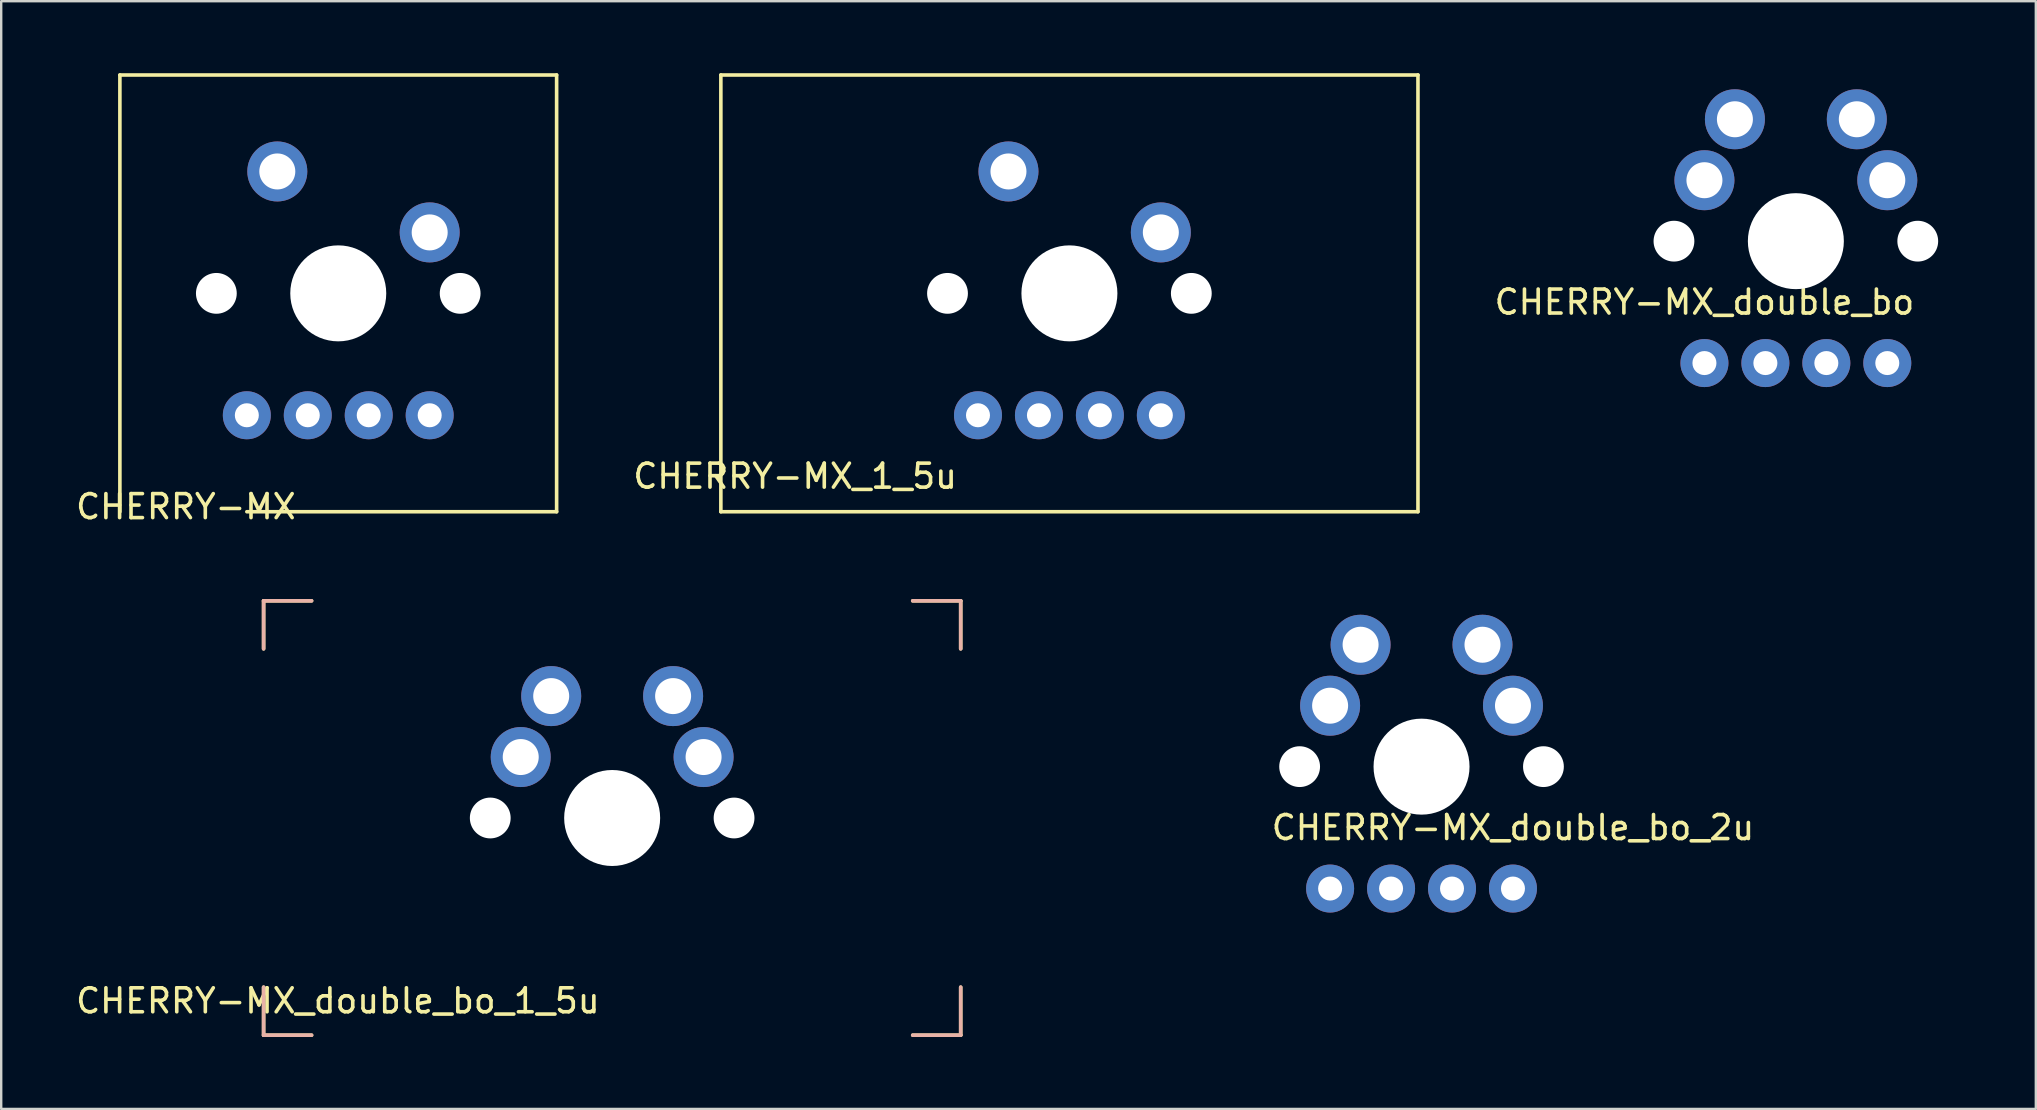
<source format=kicad_pcb>
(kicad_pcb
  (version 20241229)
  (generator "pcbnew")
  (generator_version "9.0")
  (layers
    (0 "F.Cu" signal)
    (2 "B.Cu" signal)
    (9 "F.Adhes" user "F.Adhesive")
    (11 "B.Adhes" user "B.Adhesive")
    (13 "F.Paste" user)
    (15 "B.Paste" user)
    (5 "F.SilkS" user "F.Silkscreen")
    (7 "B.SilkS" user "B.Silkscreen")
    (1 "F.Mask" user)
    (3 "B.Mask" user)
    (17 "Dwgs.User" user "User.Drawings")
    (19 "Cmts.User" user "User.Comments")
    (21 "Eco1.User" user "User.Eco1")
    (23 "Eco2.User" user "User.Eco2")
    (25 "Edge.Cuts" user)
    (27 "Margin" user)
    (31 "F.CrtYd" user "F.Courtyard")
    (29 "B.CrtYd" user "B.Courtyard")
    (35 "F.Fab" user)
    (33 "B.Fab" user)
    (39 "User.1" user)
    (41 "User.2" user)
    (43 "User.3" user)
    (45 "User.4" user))
  (footprint "CHERRY-MX_double_bo_2u"
    (layer "F.Cu")
    (at 56.189 28.898)
    (property "Reference" "CHERRY-MX_double_bo_2u" (at 3.81 2.54 0) (layer "F.SilkS") (effects (font (size 1 1) (thickness 0.15))))
    (attr through_hole)
    (fp_line (start -16.129 -2.286) (end -16.129 0.508) (stroke (width 0.0001) (type solid)) (layer "Edge.Cuts"))
    (fp_line (start -16.129 0.508) (end -15.265 0.508) (stroke (width 0.0001) (type solid)) (layer "Edge.Cuts"))
    (fp_line (start -15.265 -6.731) (end -15.265 -2.286) (stroke (width 0.0001) (type solid)) (layer "Edge.Cuts"))
    (fp_line (start -15.265 -2.286) (end -16.129 -2.286) (stroke (width 0.0001) (type solid)) (layer "Edge.Cuts"))
    (fp_line (start -15.265 0.508) (end -15.265 1.016) (stroke (width 0.0001) (type solid)) (layer "Edge.Cuts"))
    (fp_line (start -15.265 3.556) (end -15.265 6.604) (stroke (width 0.0001) (type solid)) (layer "Edge.Cuts"))
    (fp_line (start -15.265 6.604) (end -13.462 6.604) (stroke (width 0.0001) (type solid)) (layer "Edge.Cuts"))
    (fp_line (start -13.97 -5.08) (end -6.35 -5.08) (stroke (width 0.0001) (type solid)) (layer "Edge.Cuts"))
    (fp_line (start -13.97 1.016) (end -15.265 1.016) (stroke (width 0.0001) (type solid)) (layer "Edge.Cuts"))
    (fp_line (start -13.97 1.016) (end -13.97 -5.08) (stroke (width 0.0001) (type solid)) (layer "Edge.Cuts"))
    (fp_line (start -13.97 3.556) (end -15.265 3.556) (stroke (width 0.0001) (type solid)) (layer "Edge.Cuts"))
    (fp_line (start -13.97 5.08) (end -13.97 3.556) (stroke (width 0.0001) (type solid)) (layer "Edge.Cuts"))
    (fp_line (start -13.462 6.604) (end -13.462 7.772) (stroke (width 0.0001) (type solid)) (layer "Edge.Cuts"))
    (fp_line (start -13.462 7.772) (end -10.414 7.772) (stroke (width 0.0001) (type solid)) (layer "Edge.Cuts"))
    (fp_line (start -10.414 6.604) (end -8.611 6.604) (stroke (width 0.0001) (type solid)) (layer "Edge.Cuts"))
    (fp_line (start -10.414 7.772) (end -10.414 6.604) (stroke (width 0.0001) (type solid)) (layer "Edge.Cuts"))
    (fp_line (start -8.611 -6.731) (end -15.265 -6.731) (stroke (width 0.0001) (type solid)) (layer "Edge.Cuts"))
    (fp_line (start -8.611 -5.918) (end -8.611 -6.731) (stroke (width 0.0001) (type solid)) (layer "Edge.Cuts"))
    (fp_line (start -8.611 5.944) (end -6.985 5.944) (stroke (width 0.0001) (type solid)) (layer "Edge.Cuts"))
    (fp_line (start -8.611 6.604) (end -8.611 5.944) (stroke (width 0.0001) (type solid)) (layer "Edge.Cuts"))
    (fp_line (start -6.985 -6.985) (end -6.985 -5.918) (stroke (width 0.0001) (type solid)) (layer "Edge.Cuts"))
    (fp_line (start -6.985 -6.985) (end 6.985 -6.985) (stroke (width 0.0001) (type solid)) (layer "Edge.Cuts"))
    (fp_line (start -6.985 -5.918) (end -8.611 -5.918) (stroke (width 0.0001) (type solid)) (layer "Edge.Cuts"))
    (fp_line (start -6.985 5.944) (end -6.985 6.985) (stroke (width 0.0001) (type solid)) (layer "Edge.Cuts"))
    (fp_line (start -6.985 6.985) (end 6.985 6.985) (stroke (width 0.0001) (type solid)) (layer "Edge.Cuts"))
    (fp_line (start -6.35 -6.35) (end 6.35 -6.35) (stroke (width 0.0001) (type solid)) (layer "Edge.Cuts"))
    (fp_line (start -6.35 -5.08) (end -6.35 -6.35) (stroke (width 0.0001) (type solid)) (layer "Edge.Cuts"))
    (fp_line (start -6.35 5.08) (end -13.97 5.08) (stroke (width 0.0001) (type solid)) (layer "Edge.Cuts"))
    (fp_line (start -6.35 6.35) (end -6.35 5.08) (stroke (width 0.0001) (type solid)) (layer "Edge.Cuts"))
    (fp_line (start -6.35 6.35) (end 6.35 6.35) (stroke (width 0.0001) (type solid)) (layer "Edge.Cuts"))
    (fp_line (start 6.35 -5.08) (end 6.35 -6.35) (stroke (width 0.0001) (type solid)) (layer "Edge.Cuts"))
    (fp_line (start 6.35 5.08) (end 13.97 5.08) (stroke (width 0.0001) (type solid)) (layer "Edge.Cuts"))
    (fp_line (start 6.35 6.35) (end 6.35 5.08) (stroke (width 0.0001) (type solid)) (layer "Edge.Cuts"))
    (fp_line (start 6.985 -6.985) (end 6.985 -5.918) (stroke (width 0.0001) (type solid)) (layer "Edge.Cuts"))
    (fp_line (start 6.985 -5.918) (end 8.611 -5.918) (stroke (width 0.0001) (type solid)) (layer "Edge.Cuts"))
    (fp_line (start 6.985 5.944) (end 6.985 6.985) (stroke (width 0.0001) (type solid)) (layer "Edge.Cuts"))
    (fp_line (start 8.611 -6.731) (end 15.265 -6.731) (stroke (width 0.0001) (type solid)) (layer "Edge.Cuts"))
    (fp_line (start 8.611 -5.918) (end 8.611 -6.731) (stroke (width 0.0001) (type solid)) (layer "Edge.Cuts"))
    (fp_line (start 8.611 5.944) (end 6.985 5.944) (stroke (width 0.0001) (type solid)) (layer "Edge.Cuts"))
    (fp_line (start 8.611 6.604) (end 8.611 5.944) (stroke (width 0.0001) (type solid)) (layer "Edge.Cuts"))
    (fp_line (start 10.414 6.604) (end 8.611 6.604) (stroke (width 0.0001) (type solid)) (layer "Edge.Cuts"))
    (fp_line (start 10.414 7.772) (end 10.414 6.604) (stroke (width 0.0001) (type solid)) (layer "Edge.Cuts"))
    (fp_line (start 13.462 6.604) (end 13.462 7.772) (stroke (width 0.0001) (type solid)) (layer "Edge.Cuts"))
    (fp_line (start 13.462 7.772) (end 10.414 7.772) (stroke (width 0.0001) (type solid)) (layer "Edge.Cuts"))
    (fp_line (start 13.97 -5.08) (end 6.35 -5.08) (stroke (width 0.0001) (type solid)) (layer "Edge.Cuts"))
    (fp_line (start 13.97 1.016) (end 13.97 -5.08) (stroke (width 0.0001) (type solid)) (layer "Edge.Cuts"))
    (fp_line (start 13.97 1.016) (end 15.265 1.016) (stroke (width 0.0001) (type solid)) (layer "Edge.Cuts"))
    (fp_line (start 13.97 3.556) (end 15.265 3.556) (stroke (width 0.0001) (type solid)) (layer "Edge.Cuts"))
    (fp_line (start 13.97 5.08) (end 13.97 3.556) (stroke (width 0.0001) (type solid)) (layer "Edge.Cuts"))
    (fp_line (start 15.265 -6.731) (end 15.265 -2.286) (stroke (width 0.0001) (type solid)) (layer "Edge.Cuts"))
    (fp_line (start 15.265 -2.286) (end 16.129 -2.286) (stroke (width 0.0001) (type solid)) (layer "Edge.Cuts"))
    (fp_line (start 15.265 0.508) (end 15.265 1.016) (stroke (width 0.0001) (type solid)) (layer "Edge.Cuts"))
    (fp_line (start 15.265 3.556) (end 15.265 6.604) (stroke (width 0.0001) (type solid)) (layer "Edge.Cuts"))
    (fp_line (start 15.265 6.604) (end 13.462 6.604) (stroke (width 0.0001) (type solid)) (layer "Edge.Cuts"))
    (fp_line (start 16.129 -2.286) (end 16.129 0.508) (stroke (width 0.0001) (type solid)) (layer "Edge.Cuts"))
    (fp_line (start 16.129 0.508) (end 15.265 0.508) (stroke (width 0.0001) (type solid)) (layer "Edge.Cuts"))
    (pad "" np_thru_hole circle (at -5.08 0) (size 1.7 1.7) (drill 1.7) (layers "*.Cu" "*.Mask"))
    (pad "" np_thru_hole circle (at 0 0) (size 4 4) (drill 4) (layers "*.Cu" "*.Mask"))
    (pad "" np_thru_hole circle (at 5.08 0) (size 1.7 1.7) (drill 1.7) (layers "*.Cu" "*.Mask"))
    (pad "1" thru_hole circle (at -3.81 -2.54) (size 2.5 2.5) (drill 1.5) (layers "*.Cu" "*.Mask"))
    (pad "1" thru_hole circle (at -2.54 -5.08) (size 2.5 2.5) (drill 1.5) (layers "*.Cu" "*.Mask"))
    (pad "2" thru_hole circle (at 2.54 -5.08) (size 2.5 2.5) (drill 1.5) (layers "*.Cu" "*.Mask"))
    (pad "2" thru_hole circle (at 3.81 -2.54) (size 2.5 2.5) (drill 1.5) (layers "*.Cu" "*.Mask"))
    (pad "3" thru_hole circle (at -3.81 5.08) (size 2 2) (drill 1) (layers "*.Cu" "*.Mask"))
    (pad "4" thru_hole circle (at 3.81 5.08) (size 2 2) (drill 1) (layers "*.Cu" "*.Mask"))
    (pad "5" thru_hole circle (at -1.27 5.08) (size 2 2) (drill 1) (layers "*.Cu" "*.Mask"))
    (pad "6" thru_hole circle (at 1.27 5.08) (size 2 2) (drill 1) (layers "*.Cu" "*.Mask")))
  (footprint "CHERRY-MX_1_5u"
    (layer "F.Cu")
    (at 41.515 9.175)
    (property "Reference" "CHERRY-MX_1_5u" (at -11.43 7.62 0) (layer "F.SilkS") (effects (font (size 1 1) (thickness 0.15))))
    (attr through_hole)
    (fp_line (start -14.525 -9.1) (end -14.525 9.1) (stroke (width 0.15) (type solid)) (layer "F.SilkS"))
    (fp_line (start -14.525 -9.1) (end 14.525 -9.1) (stroke (width 0.15) (type solid)) (layer "F.SilkS"))
    (fp_line (start -14.525 9.1) (end 14.525 9.1) (stroke (width 0.15) (type solid)) (layer "F.SilkS"))
    (fp_line (start 14.525 -9.1) (end 14.525 9.1) (stroke (width 0.15) (type solid)) (layer "F.SilkS"))
    (pad "" np_thru_hole circle (at -5.08 0) (size 1.7 1.7) (drill 1.7) (layers "*.Cu" "*.Mask"))
    (pad "" np_thru_hole circle (at 0 0) (size 4 4) (drill 4) (layers "*.Cu" "*.Mask"))
    (pad "" np_thru_hole circle (at 5.08 0) (size 1.7 1.7) (drill 1.7) (layers "*.Cu" "*.Mask"))
    (pad "1" thru_hole circle (at -2.54 -5.08) (size 2.5 2.5) (drill 1.5) (layers "*.Cu" "*.Mask"))
    (pad "2" thru_hole circle (at 3.81 -2.54) (size 2.5 2.5) (drill 1.5) (layers "*.Cu" "*.Mask"))
    (pad "3" thru_hole circle (at -3.81 5.08) (size 2 2) (drill 1) (layers "*.Cu" "*.Mask"))
    (pad "4" thru_hole circle (at 3.81 5.08) (size 2 2) (drill 1) (layers "*.Cu" "*.Mask"))
    (pad "5" thru_hole circle (at -1.27 5.08) (size 2 2) (drill 1) (layers "*.Cu" "*.Mask"))
    (pad "6" thru_hole circle (at 1.27 5.08) (size 2 2) (drill 1) (layers "*.Cu" "*.Mask")))
  (footprint "CHERRY-MX"
    (layer "F.Cu")
    (at 11.046 9.175)
    (property "Reference" "CHERRY-MX" (at -6.35 8.89 0) (layer "F.SilkS") (effects (font (size 1 1) (thickness 0.15))))
    (attr through_hole)
    (fp_line (start -9.1 -9.1) (end -9.1 9.1) (stroke (width 0.15) (type solid)) (layer "F.SilkS"))
    (fp_line (start -9.1 -9.1) (end 9.1 -9.1) (stroke (width 0.15) (type solid)) (layer "F.SilkS"))
    (fp_line (start -3.81 9.1) (end 9.1 9.1) (stroke (width 0.15) (type solid)) (layer "F.SilkS"))
    (fp_line (start 9.1 -9.1) (end 9.1 9.1) (stroke (width 0.15) (type solid)) (layer "F.SilkS"))
    (pad "" np_thru_hole circle (at -5.08 0) (size 1.7 1.7) (drill 1.7) (layers "*.Cu" "*.Mask"))
    (pad "" np_thru_hole circle (at 0 0) (size 4 4) (drill 4) (layers "*.Cu" "*.Mask"))
    (pad "" np_thru_hole circle (at 5.08 0) (size 1.7 1.7) (drill 1.7) (layers "*.Cu" "*.Mask"))
    (pad "1" thru_hole circle (at -2.54 -5.08) (size 2.5 2.5) (drill 1.5) (layers "*.Cu" "*.Mask"))
    (pad "2" thru_hole circle (at 3.81 -2.54) (size 2.5 2.5) (drill 1.5) (layers "*.Cu" "*.Mask"))
    (pad "3" thru_hole circle (at -3.81 5.08) (size 2 2) (drill 1) (layers "*.Cu" "*.Mask"))
    (pad "4" thru_hole circle (at 3.81 5.08) (size 2 2) (drill 1) (layers "*.Cu" "*.Mask"))
    (pad "5" thru_hole circle (at -1.27 5.08) (size 2 2) (drill 1) (layers "*.Cu" "*.Mask"))
    (pad "6" thru_hole circle (at 1.27 5.08) (size 2 2) (drill 1) (layers "*.Cu" "*.Mask")))
  (footprint "CHERRY-MX_double_bo"
    (layer "F.Cu")
    (at 71.788 7)
    (property "Reference" "CHERRY-MX_double_bo" (at -3.81 2.54 0) (layer "F.SilkS") (effects (font (size 1 1) (thickness 0.15))))
    (attr through_hole)
    (fp_line (start -7 -7) (end -7 -1.27) (stroke (width 0.0001) (type solid)) (layer "Edge.Cuts"))
    (fp_line (start -7 -7) (end 7 -7) (stroke (width 0.0001) (type solid)) (layer "Edge.Cuts"))
    (fp_line (start -7 -1.27) (end -6.4 -1.27) (stroke (width 0.0001) (type solid)) (layer "Edge.Cuts"))
    (fp_line (start -7 1.27) (end -6.4 1.27) (stroke (width 0.0001) (type solid)) (layer "Edge.Cuts"))
    (fp_line (start -7 7) (end -7 1.27) (stroke (width 0.0001) (type solid)) (layer "Edge.Cuts"))
    (fp_line (start -7 7) (end 7 7) (stroke (width 0.0001) (type solid)) (layer "Edge.Cuts"))
    (fp_line (start -6.4 -6.4) (end -6.4 -1.27) (stroke (width 0.0001) (type solid)) (layer "Edge.Cuts"))
    (fp_line (start -6.4 -6.4) (end 6.4 -6.4) (stroke (width 0.0001) (type solid)) (layer "Edge.Cuts"))
    (fp_line (start -6.4 6.4) (end -6.4 1.27) (stroke (width 0.0001) (type solid)) (layer "Edge.Cuts"))
    (fp_line (start -6.4 6.4) (end 6.4 6.4) (stroke (width 0.0001) (type solid)) (layer "Edge.Cuts"))
    (fp_line (start 6.4 -6.4) (end 6.4 -1.27) (stroke (width 0.0001) (type solid)) (layer "Edge.Cuts"))
    (fp_line (start 6.4 6.4) (end 6.4 1.27) (stroke (width 0.0001) (type solid)) (layer "Edge.Cuts"))
    (fp_line (start 7 -7) (end 7 -1.27) (stroke (width 0.0001) (type solid)) (layer "Edge.Cuts"))
    (fp_line (start 7 -1.27) (end 6.4 -1.27) (stroke (width 0.0001) (type solid)) (layer "Edge.Cuts"))
    (fp_line (start 7 1.27) (end 6.4 1.27) (stroke (width 0.0001) (type solid)) (layer "Edge.Cuts"))
    (fp_line (start 7 7) (end 7 1.27) (stroke (width 0.0001) (type solid)) (layer "Edge.Cuts"))
    (pad "" np_thru_hole circle (at -5.08 0) (size 1.7 1.7) (drill 1.7) (layers "*.Cu" "*.Mask"))
    (pad "" np_thru_hole circle (at 0 0) (size 4 4) (drill 4) (layers "*.Cu" "*.Mask"))
    (pad "" np_thru_hole circle (at 5.08 0) (size 1.7 1.7) (drill 1.7) (layers "*.Cu" "*.Mask"))
    (pad "1" thru_hole circle (at -3.81 -2.54) (size 2.5 2.5) (drill 1.5) (layers "*.Cu" "*.Mask"))
    (pad "1" thru_hole circle (at -2.54 -5.08) (size 2.5 2.5) (drill 1.5) (layers "*.Cu" "*.Mask"))
    (pad "2" thru_hole circle (at 2.54 -5.08) (size 2.5 2.5) (drill 1.5) (layers "*.Cu" "*.Mask"))
    (pad "2" thru_hole circle (at 3.81 -2.54) (size 2.5 2.5) (drill 1.5) (layers "*.Cu" "*.Mask"))
    (pad "3" thru_hole circle (at -3.81 5.08) (size 2 2) (drill 1) (layers "*.Cu" "*.Mask"))
    (pad "4" thru_hole circle (at 3.81 5.08) (size 2 2) (drill 1) (layers "*.Cu" "*.Mask"))
    (pad "5" thru_hole circle (at -1.27 5.08) (size 2 2) (drill 1) (layers "*.Cu" "*.Mask"))
    (pad "6" thru_hole circle (at 1.27 5.08) (size 2 2) (drill 1) (layers "*.Cu" "*.Mask")))
  (footprint "CHERRY-MX_double_bo_1_5u"
    (layer "F.Cu")
    (at 22.46 31.038)
    (property "Reference" "CHERRY-MX_double_bo_1_5u" (at -11.43 7.62 0) (layer "F.SilkS") (effects (font (size 1 1) (thickness 0.15))))
    (attr through_hole)
    (fp_line (start -14.525 -9.05) (end -14.525 -7.05) (stroke (width 0.15) (type solid)) (layer "F.SilkS"))
    (fp_line (start -14.525 -9.05) (end -12.525 -9.05) (stroke (width 0.15) (type solid)) (layer "F.SilkS"))
    (fp_line (start -14.525 9.05) (end -14.525 7.05) (stroke (width 0.15) (type solid)) (layer "F.SilkS"))
    (fp_line (start -14.525 9.05) (end -12.525 9.05) (stroke (width 0.15) (type solid)) (layer "F.SilkS"))
    (fp_line (start 14.525 -9.05) (end 12.525 -9.05) (stroke (width 0.15) (type solid)) (layer "F.SilkS"))
    (fp_line (start 14.525 -9.05) (end 14.525 -7.05) (stroke (width 0.15) (type solid)) (layer "F.SilkS"))
    (fp_line (start 14.525 9.05) (end 12.525 9.05) (stroke (width 0.15) (type solid)) (layer "F.SilkS"))
    (fp_line (start 14.525 9.05) (end 14.525 7.05) (stroke (width 0.15) (type solid)) (layer "F.SilkS"))
    (fp_line (start -14.525 -9.05) (end -14.525 -7.05) (stroke (width 0.15) (type solid)) (layer "B.SilkS"))
    (fp_line (start -14.525 -9.05) (end -12.525 -9.05) (stroke (width 0.15) (type solid)) (layer "B.SilkS"))
    (fp_line (start -14.525 9.05) (end -14.525 7.05) (stroke (width 0.15) (type solid)) (layer "B.SilkS"))
    (fp_line (start -14.525 9.05) (end -12.525 9.05) (stroke (width 0.15) (type solid)) (layer "B.SilkS"))
    (fp_line (start 14.525 -9.05) (end 12.525 -9.05) (stroke (width 0.15) (type solid)) (layer "B.SilkS"))
    (fp_line (start 14.525 -9.05) (end 14.525 -7.05) (stroke (width 0.15) (type solid)) (layer "B.SilkS"))
    (fp_line (start 14.525 9.05) (end 12.525 9.05) (stroke (width 0.15) (type solid)) (layer "B.SilkS"))
    (fp_line (start 14.525 9.05) (end 14.525 7.05) (stroke (width 0.15) (type solid)) (layer "B.SilkS"))
    (fp_line (start -7 -7) (end -7 -1.27) (stroke (width 0.0001) (type solid)) (layer "Edge.Cuts"))
    (fp_line (start -7 -7) (end 7 -7) (stroke (width 0.0001) (type solid)) (layer "Edge.Cuts"))
    (fp_line (start -7 -1.27) (end -6.4 -1.27) (stroke (width 0.0001) (type solid)) (layer "Edge.Cuts"))
    (fp_line (start -7 1.27) (end -6.4 1.27) (stroke (width 0.0001) (type solid)) (layer "Edge.Cuts"))
    (fp_line (start -7 7) (end -7 1.27) (stroke (width 0.0001) (type solid)) (layer "Edge.Cuts"))
    (fp_line (start -7 7) (end 7 7) (stroke (width 0.0001) (type solid)) (layer "Edge.Cuts"))
    (fp_line (start -6.4 -6.4) (end -6.4 -1.27) (stroke (width 0.0001) (type solid)) (layer "Edge.Cuts"))
    (fp_line (start -6.4 -6.4) (end 6.4 -6.4) (stroke (width 0.0001) (type solid)) (layer "Edge.Cuts"))
    (fp_line (start -6.4 6.4) (end -6.4 1.27) (stroke (width 0.0001) (type solid)) (layer "Edge.Cuts"))
    (fp_line (start -6.4 6.4) (end 6.4 6.4) (stroke (width 0.0001) (type solid)) (layer "Edge.Cuts"))
    (fp_line (start 6.4 -6.4) (end 6.4 -1.27) (stroke (width 0.0001) (type solid)) (layer "Edge.Cuts"))
    (fp_line (start 6.4 6.4) (end 6.4 1.27) (stroke (width 0.0001) (type solid)) (layer "Edge.Cuts"))
    (fp_line (start 7 -7) (end 7 -1.27) (stroke (width 0.0001) (type solid)) (layer "Edge.Cuts"))
    (fp_line (start 7 -1.27) (end 6.4 -1.27) (stroke (width 0.0001) (type solid)) (layer "Edge.Cuts"))
    (fp_line (start 7 1.27) (end 6.4 1.27) (stroke (width 0.0001) (type solid)) (layer "Edge.Cuts"))
    (fp_line (start 7 7) (end 7 1.27) (stroke (width 0.0001) (type solid)) (layer "Edge.Cuts"))
    (pad "" np_thru_hole circle (at -5.08 0) (size 1.7 1.7) (drill 1.7) (layers "*.Cu" "*.Mask"))
    (pad "" np_thru_hole circle (at 0 0) (size 4 4) (drill 4) (layers "*.Cu" "*.Mask"))
    (pad "" np_thru_hole circle (at 5.08 0) (size 1.7 1.7) (drill 1.7) (layers "*.Cu" "*.Mask"))
    (pad "1" thru_hole circle (at -3.81 -2.54) (size 2.5 2.5) (drill 1.5) (layers "*.Cu" "*.Mask"))
    (pad "1" thru_hole circle (at -2.54 -5.08) (size 2.5 2.5) (drill 1.5) (layers "*.Cu" "*.Mask"))
    (pad "2" thru_hole circle (at 2.54 -5.08) (size 2.5 2.5) (drill 1.5) (layers "*.Cu" "*.Mask"))
    (pad "2" thru_hole circle (at 3.81 -2.54) (size 2.5 2.5) (drill 1.5) (layers "*.Cu" "*.Mask")))
  (gr_rect
    (start -3 -3)
    (end 81.788 43.163)
    (stroke (width 0.1) (type default))
    (fill no)
    (layer "Edge.Cuts")))
</source>
